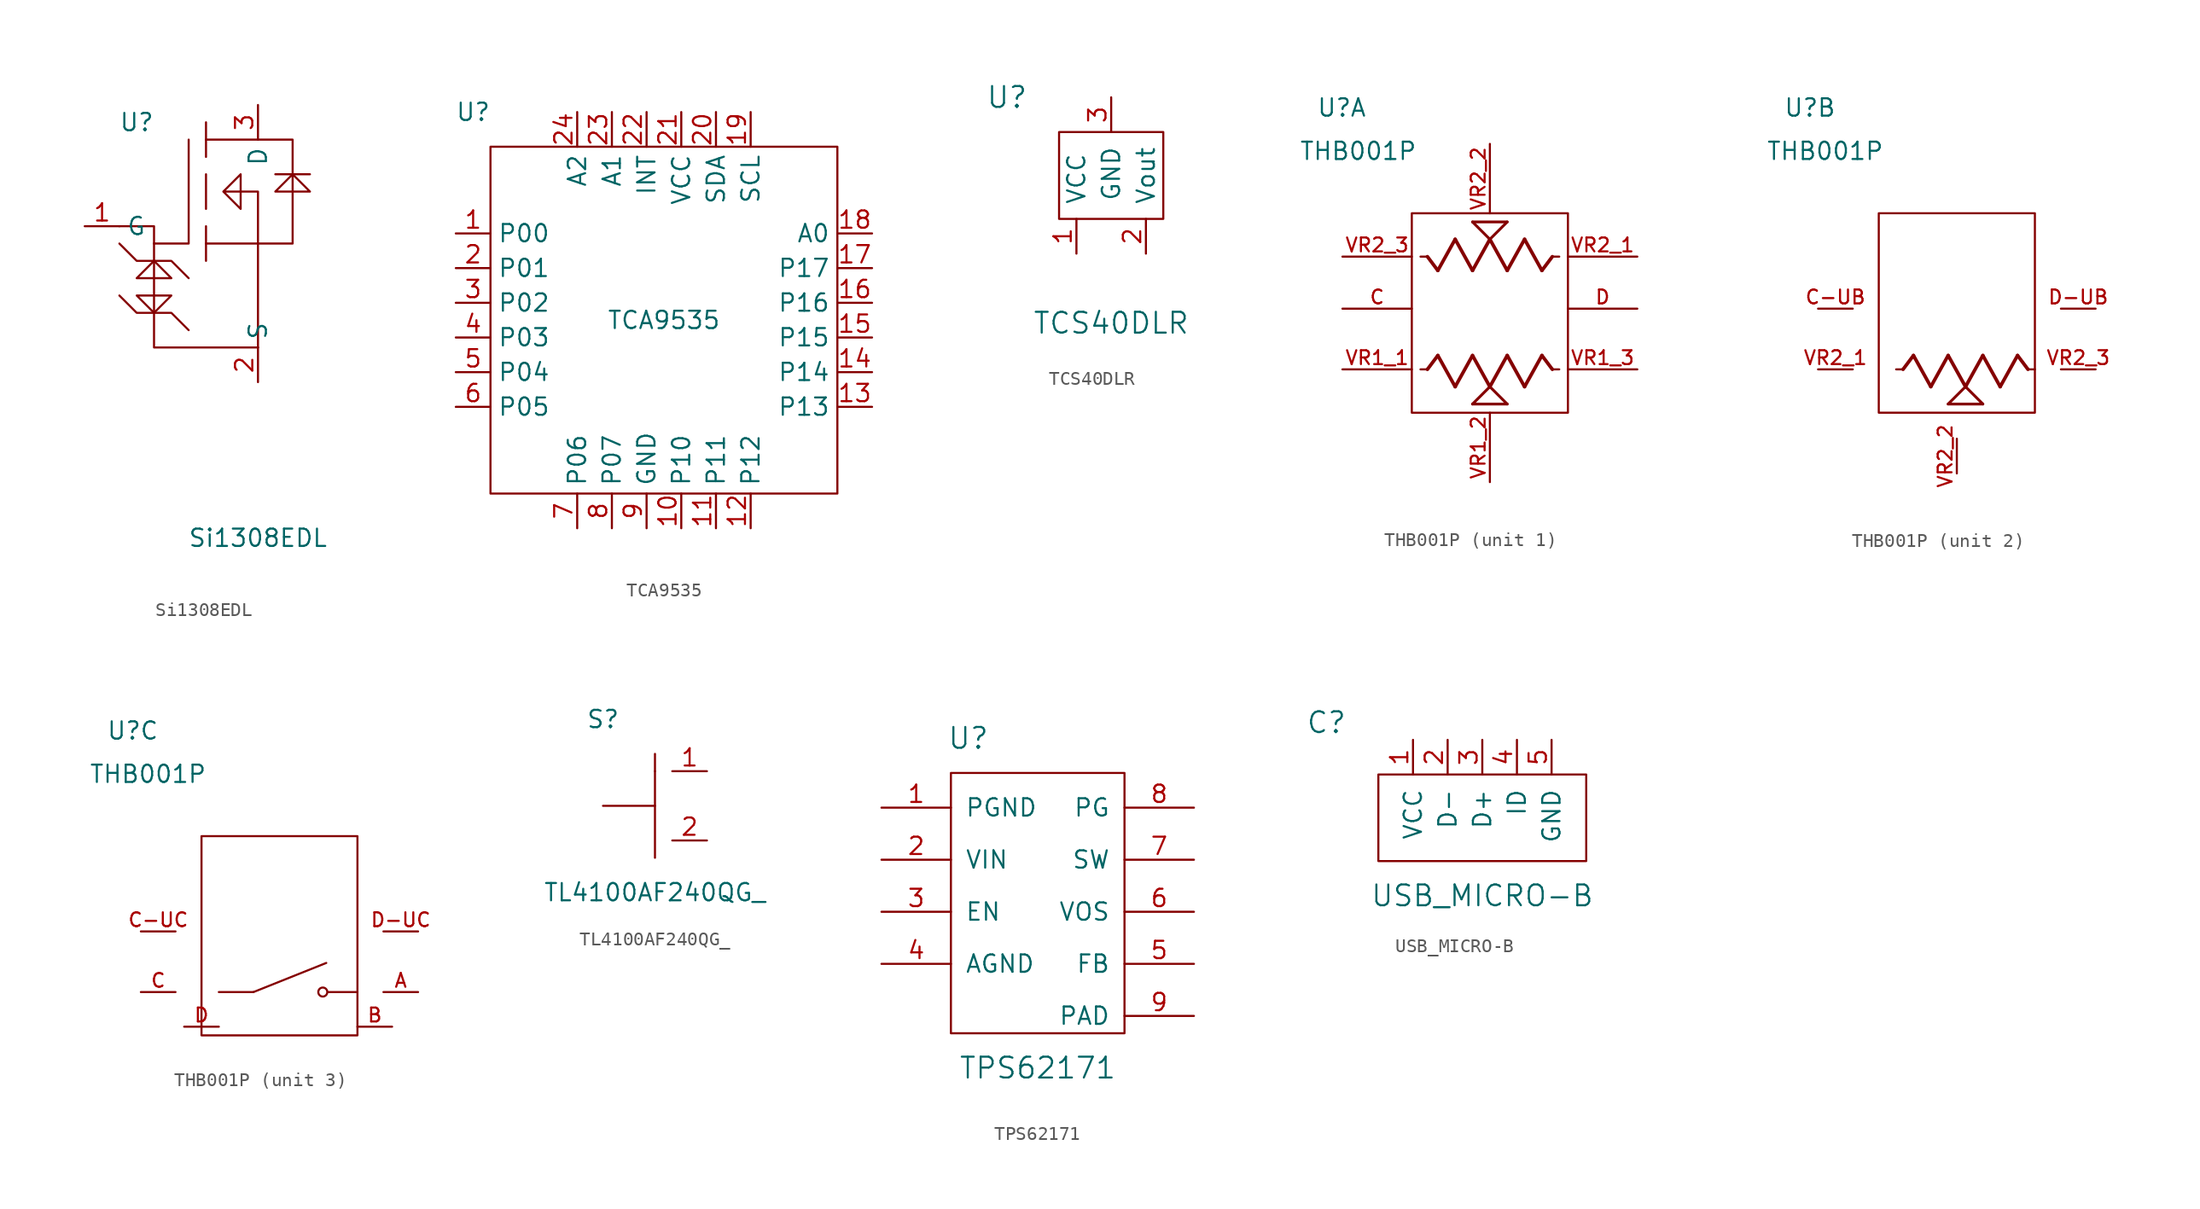
<source format=kicad_sym>
(kicad_symbol_lib
  (version 20231120)
  (generator "kicad_symbol_editor")
  (generator_version "8.0")
  (symbol "Si1308EDL"
    (property "Reference" "U"
      (at -8.89 7.62 0)
      (effects (font (size 1.27 1.27))))
    (property "Value" "Si1308EDL"
      (at 0 -22.86 0)
      (effects (font (size 1.27 1.27))))
    (symbol "Si1308EDL_0_1"
      (polyline (pts (xy -7.62 -1.27) (xy -7.62 -2.54)) (stroke (width 0) (type default)) (fill (type none)))
      (polyline (pts (xy -3.81 -1.27) (xy 0 -1.27)) (stroke (width 0) (type default)) (fill (type none)))
      (polyline (pts (xy -3.81 0) (xy -3.81 -2.54)) (stroke (width 0) (type default)) (fill (type none)))
      (polyline (pts (xy -3.81 3.81) (xy -3.81 1.27)) (stroke (width 0) (type default)) (fill (type none)))
      (polyline (pts (xy -3.81 7.62) (xy -3.81 5.08)) (stroke (width 0) (type default)) (fill (type none)))
      (polyline (pts (xy 1.27 3.81) (xy 3.81 3.81)) (stroke (width 0) (type default)) (fill (type none)))
      (polyline (pts (xy -7.62 -2.54) (xy -7.62 -8.89) (xy 0 -8.89)) (stroke (width 0) (type default)) (fill (type none)))
      (polyline (pts (xy -7.62 -1.27) (xy -7.62 0) (xy -10.16 0)) (stroke (width 0) (type default)) (fill (type none)))
      (polyline (pts (xy -7.62 -1.27) (xy -5.08 -1.27) (xy -5.08 6.35)) (stroke (width 0) (type default)) (fill (type none)))
      (polyline (pts (xy 2.54 3.81) (xy 2.54 6.35) (xy -3.81 6.35)) (stroke (width 0) (type default)) (fill (type none)))
      (polyline (pts (xy -10.16 -5.08) (xy -8.89 -6.35) (xy -6.35 -6.35) (xy -5.08 -7.62)) (stroke (width 0) (type default)) (fill (type none)))
      (polyline (pts (xy -10.16 -1.27) (xy -8.89 -2.54) (xy -6.35 -2.54) (xy -5.08 -3.81)) (stroke (width 0) (type default)) (fill (type none)))
      (polyline (pts (xy -8.89 -5.08) (xy -6.35 -5.08) (xy -7.62 -6.35) (xy -8.89 -5.08)) (stroke (width 0) (type default)) (fill (type none)))
      (polyline (pts (xy -7.62 -2.54) (xy -8.89 -3.81) (xy -6.35 -3.81) (xy -7.62 -2.54)) (stroke (width 0) (type default)) (fill (type none)))
      (polyline (pts (xy 0 -8.89) (xy 0 2.54) (xy -2.54 2.54) (xy -1.27 3.81) (xy -1.27 1.27) (xy -2.54 2.54)) (stroke (width 0) (type default)) (fill (type none)))
      (polyline (pts (xy 0 -1.27) (xy 2.54 -1.27) (xy 2.54 3.81) (xy 1.27 2.54) (xy 3.81 2.54) (xy 2.54 3.81)) (stroke (width 0) (type default)) (fill (type none))))
    (symbol "Si1308EDL_1_1"
      (pin input line (at -12.7 0 0) (length 2.54) (name "G" (effects (font (size 1.27 1.27)))) (number "1" (effects (font (size 1.27 1.27)))))
      (pin input line (at 0 -11.43 90) (length 2.54) (name "S" (effects (font (size 1.27 1.27)))) (number "2" (effects (font (size 1.27 1.27)))))
      (pin input line (at 0 8.89 270) (length 2.54) (name "D" (effects (font (size 1.27 1.27)))) (number "3" (effects (font (size 1.27 1.27)))))))
  (symbol "TCA9535"
    (property "Reference" "U"
      (at -13.97 15.24 0)
      (effects (font (size 1.27 1.27))))
    (property "Value" "TCA9535"
      (at 0 0 0)
      (effects (font (size 1.27 1.27))))
    (symbol "TCA9535_0_1"
      (rectangle (start -12.7 12.7) (end 12.7 -12.7) (stroke (width 0) (type default)) (fill (type none))))
    (symbol "TCA9535_1_1"
      (pin input line (at -15.24 6.35 0) (length 2.54) (name "P00" (effects (font (size 1.27 1.27)))) (number "1" (effects (font (size 1.27 1.27)))))
      (pin input line (at 1.27 -15.24 90) (length 2.54) (name "P10" (effects (font (size 1.27 1.27)))) (number "10" (effects (font (size 1.27 1.27)))))
      (pin input line (at 3.81 -15.24 90) (length 2.54) (name "P11" (effects (font (size 1.27 1.27)))) (number "11" (effects (font (size 1.27 1.27)))))
      (pin input line (at 6.35 -15.24 90) (length 2.54) (name "P12" (effects (font (size 1.27 1.27)))) (number "12" (effects (font (size 1.27 1.27)))))
      (pin input line (at 15.24 -6.35 180) (length 2.54) (name "P13" (effects (font (size 1.27 1.27)))) (number "13" (effects (font (size 1.27 1.27)))))
      (pin input line (at 15.24 -3.81 180) (length 2.54) (name "P14" (effects (font (size 1.27 1.27)))) (number "14" (effects (font (size 1.27 1.27)))))
      (pin input line (at 15.24 -1.27 180) (length 2.54) (name "P15" (effects (font (size 1.27 1.27)))) (number "15" (effects (font (size 1.27 1.27)))))
      (pin input line (at 15.24 1.27 180) (length 2.54) (name "P16" (effects (font (size 1.27 1.27)))) (number "16" (effects (font (size 1.27 1.27)))))
      (pin input line (at 15.24 3.81 180) (length 2.54) (name "P17" (effects (font (size 1.27 1.27)))) (number "17" (effects (font (size 1.27 1.27)))))
      (pin input line (at 15.24 6.35 180) (length 2.54) (name "A0" (effects (font (size 1.27 1.27)))) (number "18" (effects (font (size 1.27 1.27)))))
      (pin input line (at 6.35 15.24 270) (length 2.54) (name "SCL" (effects (font (size 1.27 1.27)))) (number "19" (effects (font (size 1.27 1.27)))))
      (pin input line (at -15.24 3.81 0) (length 2.54) (name "P01" (effects (font (size 1.27 1.27)))) (number "2" (effects (font (size 1.27 1.27)))))
      (pin input line (at 3.81 15.24 270) (length 2.54) (name "SDA" (effects (font (size 1.27 1.27)))) (number "20" (effects (font (size 1.27 1.27)))))
      (pin input line (at 1.27 15.24 270) (length 2.54) (name "VCC" (effects (font (size 1.27 1.27)))) (number "21" (effects (font (size 1.27 1.27)))))
      (pin output line (at -1.27 15.24 270) (length 2.54) (name "INT" (effects (font (size 1.27 1.27)))) (number "22" (effects (font (size 1.27 1.27)))))
      (pin input line (at -3.81 15.24 270) (length 2.54) (name "A1" (effects (font (size 1.27 1.27)))) (number "23" (effects (font (size 1.27 1.27)))))
      (pin input line (at -6.35 15.24 270) (length 2.54) (name "A2" (effects (font (size 1.27 1.27)))) (number "24" (effects (font (size 1.27 1.27)))))
      (pin input line (at -15.24 1.27 0) (length 2.54) (name "P02" (effects (font (size 1.27 1.27)))) (number "3" (effects (font (size 1.27 1.27)))))
      (pin input line (at -15.24 -1.27 0) (length 2.54) (name "P03" (effects (font (size 1.27 1.27)))) (number "4" (effects (font (size 1.27 1.27)))))
      (pin input line (at -15.24 -3.81 0) (length 2.54) (name "P04" (effects (font (size 1.27 1.27)))) (number "5" (effects (font (size 1.27 1.27)))))
      (pin input line (at -15.24 -6.35 0) (length 2.54) (name "P05" (effects (font (size 1.27 1.27)))) (number "6" (effects (font (size 1.27 1.27)))))
      (pin input line (at -6.35 -15.24 90) (length 2.54) (name "P06" (effects (font (size 1.27 1.27)))) (number "7" (effects (font (size 1.27 1.27)))))
      (pin input line (at -3.81 -15.24 90) (length 2.54) (name "P07" (effects (font (size 1.27 1.27)))) (number "8" (effects (font (size 1.27 1.27)))))
      (pin input line (at -1.27 -15.24 90) (length 2.54) (name "GND" (effects (font (size 1.27 1.27)))) (number "9" (effects (font (size 1.27 1.27)))))))
  (symbol "TCS40DLR"
    (pin_names
      (offset 1.016))
    (property "Reference" "U"
      (at -7.62 6.35 0)
      (effects (font (size 1.524 1.524))))
    (property "Value" "TCS40DLR"
      (at 0 -10.16 0)
      (effects (font (size 1.524 1.524))))
    (symbol "TCS40DLR_0_1"
      (rectangle (start -3.81 3.81) (end 3.81 -2.54) (stroke (width 0) (type default)) (fill (type none))))
    (symbol "TCS40DLR_1_1"
      (pin input line (at -2.54 -5.08 90) (length 2.54) (name "VCC" (effects (font (size 1.27 1.27)))) (number "1" (effects (font (size 1.27 1.27)))))
      (pin input line (at 2.54 -5.08 90) (length 2.54) (name "Vout" (effects (font (size 1.27 1.27)))) (number "2" (effects (font (size 1.27 1.27)))))
      (pin input line (at 0 6.35 270) (length 2.54) (name "GND" (effects (font (size 1.27 1.27)))) (number "3" (effects (font (size 1.27 1.27)))))))
  (symbol "THB001P"
    (pin_names
      (offset 1.016))
    (property "Reference" "U"
      (at -13.335 18.415 0)
      (effects (font (size 1.27 1.27)) (justify left bottom)))
    (property "Value" "THB001P"
      (at -14.605 15.24 0)
      (effects (font (size 1.27 1.27)) (justify left bottom)))
    (symbol "THB001P_0_1"
      (rectangle (start -6.35 11.43) (end 5.08 -3.175) (stroke (width 0) (type default)) (fill (type none))))
    (symbol "THB001P_1_0"
      (polyline (pts (xy -5.715 0) (xy -5.207 0)) (stroke (width 0.152) (type default)) (fill (type none)))
      (polyline (pts (xy -5.207 0) (xy -4.445 1.016)) (stroke (width 0.254) (type default)) (fill (type none)))
      (polyline (pts (xy -5.207 8.255) (xy -5.715 8.255)) (stroke (width 0.152) (type default)) (fill (type none)))
      (polyline (pts (xy -4.445 1.016) (xy -3.175 -1.27)) (stroke (width 0.254) (type default)) (fill (type none)))
      (polyline (pts (xy -4.445 7.239) (xy -5.207 8.255)) (stroke (width 0.254) (type default)) (fill (type none)))
      (polyline (pts (xy -3.175 -1.27) (xy -1.905 1.016)) (stroke (width 0.254) (type default)) (fill (type none)))
      (polyline (pts (xy -3.175 9.525) (xy -4.445 7.239)) (stroke (width 0.254) (type default)) (fill (type none)))
      (polyline (pts (xy -1.905 -2.54) (xy -0.635 -1.27)) (stroke (width 0.203) (type default)) (fill (type none)))
      (polyline (pts (xy -1.905 1.016) (xy -0.635 -1.27)) (stroke (width 0.254) (type default)) (fill (type none)))
      (polyline (pts (xy -1.905 7.239) (xy -3.175 9.525)) (stroke (width 0.254) (type default)) (fill (type none)))
      (polyline (pts (xy -1.905 10.795) (xy 0.635 10.795)) (stroke (width 0.203) (type default)) (fill (type none)))
      (polyline (pts (xy -0.635 -1.27) (xy 0.635 -2.54)) (stroke (width 0.203) (type default)) (fill (type none)))
      (polyline (pts (xy -0.635 -1.27) (xy 0.635 1.016)) (stroke (width 0.254) (type default)) (fill (type none)))
      (polyline (pts (xy -0.635 9.525) (xy -1.905 7.239)) (stroke (width 0.254) (type default)) (fill (type none)))
      (polyline (pts (xy -0.635 9.525) (xy -1.905 10.795)) (stroke (width 0.203) (type default)) (fill (type none)))
      (polyline (pts (xy 0.635 -2.54) (xy -1.905 -2.54)) (stroke (width 0.203) (type default)) (fill (type none)))
      (polyline (pts (xy 0.635 1.016) (xy 1.905 -1.27)) (stroke (width 0.254) (type default)) (fill (type none)))
      (polyline (pts (xy 0.635 7.239) (xy -0.635 9.525)) (stroke (width 0.254) (type default)) (fill (type none)))
      (polyline (pts (xy 0.635 10.795) (xy -0.635 9.525)) (stroke (width 0.203) (type default)) (fill (type none)))
      (polyline (pts (xy 1.905 -1.27) (xy 3.175 1.016)) (stroke (width 0.254) (type default)) (fill (type none)))
      (polyline (pts (xy 1.905 9.525) (xy 0.635 7.239)) (stroke (width 0.254) (type default)) (fill (type none)))
      (polyline (pts (xy 3.175 1.016) (xy 3.937 0)) (stroke (width 0.254) (type default)) (fill (type none)))
      (polyline (pts (xy 3.175 7.239) (xy 1.905 9.525)) (stroke (width 0.254) (type default)) (fill (type none)))
      (polyline (pts (xy 3.937 0) (xy 4.445 0)) (stroke (width 0.152) (type default)) (fill (type none)))
      (polyline (pts (xy 3.937 8.255) (xy 3.175 7.239)) (stroke (width 0.254) (type default)) (fill (type none)))
      (polyline (pts (xy 4.445 8.255) (xy 3.937 8.255)) (stroke (width 0.152) (type default)) (fill (type none)))
      (pin passive line (at -11.43 4.445 0) (length 5.08) (name "" (effects (font (size 1.016 1.016)))) (number "C" (effects (font (size 1.016 1.016)))))
      (pin passive line (at 10.16 4.445 180) (length 5.08) (name "" (effects (font (size 1.016 1.016)))) (number "D" (effects (font (size 1.016 1.016)))))
      (pin passive line (at -11.43 0 0) (length 5.08) (name "~" (effects (font (size 1.016 1.016)))) (number "VR1_1" (effects (font (size 1.016 1.016)))))
      (pin passive line (at -0.635 -8.255 90) (length 5.08) (name "~" (effects (font (size 1.016 1.016)))) (number "VR1_2" (effects (font (size 1.016 1.016)))))
      (pin passive line (at 10.16 0 180) (length 5.08) (name "~" (effects (font (size 1.016 1.016)))) (number "VR1_3" (effects (font (size 1.016 1.016)))))
      (pin passive line (at 10.16 8.255 180) (length 5.08) (name "~" (effects (font (size 1.016 1.016)))) (number "VR2_1" (effects (font (size 1.016 1.016)))))
      (pin passive line (at -0.635 16.51 270) (length 5.08) (name "~" (effects (font (size 1.016 1.016)))) (number "VR2_2" (effects (font (size 1.016 1.016)))))
      (pin passive line (at -11.43 8.255 0) (length 5.08) (name "~" (effects (font (size 1.016 1.016)))) (number "VR2_3" (effects (font (size 1.016 1.016))))))
    (symbol "THB001P_2_0"
      (polyline (pts (xy -5.08 0) (xy -4.572 0)) (stroke (width 0.152) (type default)) (fill (type none)))
      (polyline (pts (xy -4.572 0) (xy -3.81 1.016)) (stroke (width 0.254) (type default)) (fill (type none)))
      (polyline (pts (xy -3.81 1.016) (xy -2.54 -1.27)) (stroke (width 0.254) (type default)) (fill (type none)))
      (polyline (pts (xy -2.54 -1.27) (xy -1.27 1.016)) (stroke (width 0.254) (type default)) (fill (type none)))
      (polyline (pts (xy -1.27 -2.54) (xy 0 -1.27)) (stroke (width 0.203) (type default)) (fill (type none)))
      (polyline (pts (xy -1.27 1.016) (xy 0 -1.27)) (stroke (width 0.254) (type default)) (fill (type none)))
      (polyline (pts (xy 0 -1.27) (xy 1.27 -2.54)) (stroke (width 0.203) (type default)) (fill (type none)))
      (polyline (pts (xy 0 -1.27) (xy 1.27 1.016)) (stroke (width 0.254) (type default)) (fill (type none)))
      (polyline (pts (xy 1.27 -2.54) (xy -1.27 -2.54)) (stroke (width 0.203) (type default)) (fill (type none)))
      (polyline (pts (xy 1.27 1.016) (xy 2.54 -1.27)) (stroke (width 0.254) (type default)) (fill (type none)))
      (polyline (pts (xy 2.54 -1.27) (xy 3.81 1.016)) (stroke (width 0.254) (type default)) (fill (type none)))
      (polyline (pts (xy 3.81 1.016) (xy 4.572 0)) (stroke (width 0.254) (type default)) (fill (type none)))
      (polyline (pts (xy 4.572 0) (xy 5.08 0)) (stroke (width 0.152) (type default)) (fill (type none)))
      (pin passive line (at -10.795 4.445 0) (length 2.54) (name "" (effects (font (size 1.016 1.016)))) (number "C-UB" (effects (font (size 1.016 1.016)))))
      (pin passive line (at 9.525 4.445 180) (length 2.54) (name "" (effects (font (size 1.016 1.016)))) (number "D-UB" (effects (font (size 1.016 1.016)))))
      (pin passive line (at -10.795 0 0) (length 2.54) (name "~" (effects (font (size 1.016 1.016)))) (number "VR2_1" (effects (font (size 1.016 1.016)))))
      (pin passive line (at -0.635 -7.62 90) (length 2.54) (name "~" (effects (font (size 1.016 1.016)))) (number "VR2_2" (effects (font (size 1.016 1.016)))))
      (pin passive line (at 9.525 0 180) (length 2.54) (name "~" (effects (font (size 1.016 1.016)))) (number "VR2_3" (effects (font (size 1.016 1.016))))))
    (symbol "THB001P_3_0"
      (polyline (pts (xy -2.54 0) (xy -5.08 0)) (stroke (width 0.152) (type default)) (fill (type none)))
      (polyline (pts (xy -2.54 0) (xy 2.794 2.134)) (stroke (width 0.152) (type default)) (fill (type none)))
      (polyline (pts (xy 5.08 0) (xy 2.921 0)) (stroke (width 0.152) (type default)) (fill (type none)))
      (circle (center 2.54 0) (radius 0.33) (stroke (width 0.152) (type default)) (fill (type none)))
      (pin passive line (at 9.525 0 180) (length 2.54) (name "~" (effects (font (size 1.016 1.016)))) (number "A" (effects (font (size 1.016 1.016)))))
      (pin passive line (at 7.62 -2.54 180) (length 2.54) (name "~" (effects (font (size 1.016 1.016)))) (number "B" (effects (font (size 1.016 1.016)))))
      (pin passive line (at -10.795 0 0) (length 2.54) (name "~" (effects (font (size 1.016 1.016)))) (number "C" (effects (font (size 1.016 1.016)))))
      (pin passive line (at -10.795 4.445 0) (length 2.54) (name "" (effects (font (size 1.016 1.016)))) (number "C-UC" (effects (font (size 1.016 1.016)))))
      (pin passive line (at -7.62 -2.54 0) (length 2.54) (name "~" (effects (font (size 1.016 1.016)))) (number "D" (effects (font (size 1.016 1.016)))))
      (pin passive line (at 9.525 4.445 180) (length 2.54) (name "" (effects (font (size 1.016 1.016)))) (number "D-UC" (effects (font (size 1.016 1.016)))))))
  (symbol "TL4100AF240QG_"
    (property "Reference" "S"
      (at -3.81 7.62 0)
      (effects (font (size 1.27 1.27))))
    (property "Value" "TL4100AF240QG_"
      (at 0 -5.08 0)
      (effects (font (size 1.27 1.27))))
    (symbol "TL4100AF240QG__0_1"
      (polyline (pts (xy 0 1.27) (xy -3.81 1.27)) (stroke (width 0) (type default)) (fill (type none)))
      (polyline (pts (xy 0 3.81) (xy 0 -2.54)) (stroke (width 0) (type default)) (fill (type none)))
      (polyline (pts (xy 0 3.81) (xy 0 5.08)) (stroke (width 0) (type default)) (fill (type none))))
    (symbol "TL4100AF240QG__1_1"
      (pin input line (at 3.81 3.81 180) (length 2.54) (name "" (effects (font (size 1.27 1.27)))) (number "1" (effects (font (size 1.27 1.27)))))
      (pin input line (at 3.81 -1.27 180) (length 2.54) (name "" (effects (font (size 1.27 1.27)))) (number "2" (effects (font (size 1.27 1.27)))))))
  (symbol "TPS62171"
    (pin_names
      (offset 1.016))
    (property "Reference" "U"
      (at -5.08 10.16 0)
      (effects (font (size 1.524 1.524))))
    (property "Value" "TPS62171"
      (at 0 -13.97 0)
      (effects (font (size 1.524 1.524))))
    (symbol "TPS62171_0_1"
      (rectangle (start -6.35 7.62) (end 6.35 -11.43) (stroke (width 0) (type default)) (fill (type none))))
    (symbol "TPS62171_1_1"
      (pin input line (at -11.43 5.08 0) (length 5.08) (name "PGND" (effects (font (size 1.27 1.27)))) (number "1" (effects (font (size 1.27 1.27)))))
      (pin input line (at -11.43 1.27 0) (length 5.08) (name "VIN" (effects (font (size 1.27 1.27)))) (number "2" (effects (font (size 1.27 1.27)))))
      (pin input line (at -11.43 -2.54 0) (length 5.08) (name "EN" (effects (font (size 1.27 1.27)))) (number "3" (effects (font (size 1.27 1.27)))))
      (pin input line (at -11.43 -6.35 0) (length 5.08) (name "AGND" (effects (font (size 1.27 1.27)))) (number "4" (effects (font (size 1.27 1.27)))))
      (pin input line (at 11.43 -6.35 180) (length 5.08) (name "FB" (effects (font (size 1.27 1.27)))) (number "5" (effects (font (size 1.27 1.27)))))
      (pin input line (at 11.43 -2.54 180) (length 5.08) (name "VOS" (effects (font (size 1.27 1.27)))) (number "6" (effects (font (size 1.27 1.27)))))
      (pin input line (at 11.43 1.27 180) (length 5.08) (name "SW" (effects (font (size 1.27 1.27)))) (number "7" (effects (font (size 1.27 1.27)))))
      (pin input line (at 11.43 5.08 180) (length 5.08) (name "PG" (effects (font (size 1.27 1.27)))) (number "8" (effects (font (size 1.27 1.27)))))
      (pin input line (at 11.43 -10.16 180) (length 5.08) (name "PAD" (effects (font (size 1.27 1.27)))) (number "9" (effects (font (size 1.27 1.27)))))))
  (symbol "USB_MICRO-B"
    (pin_names
      (offset 1.016))
    (property "Reference" "C"
      (at -11.43 1.27 0)
      (effects (font (size 1.524 1.524))))
    (property "Value" "USB_MICRO-B"
      (at 0 -11.43 0)
      (effects (font (size 1.524 1.524))))
    (symbol "USB_MICRO-B_0_1"
      (rectangle (start -7.62 -2.54) (end 7.62 -8.89) (stroke (width 0) (type default)) (fill (type none))))
    (symbol "USB_MICRO-B_1_1"
      (pin input line (at -5.08 0 270) (length 2.54) (name "VCC" (effects (font (size 1.27 1.27)))) (number "1" (effects (font (size 1.27 1.27)))))
      (pin input line (at -2.54 0 270) (length 2.54) (name "D-" (effects (font (size 1.27 1.27)))) (number "2" (effects (font (size 1.27 1.27)))))
      (pin input line (at 0 0 270) (length 2.54) (name "D+" (effects (font (size 1.27 1.27)))) (number "3" (effects (font (size 1.27 1.27)))))
      (pin input line (at 2.54 0 270) (length 2.54) (name "ID" (effects (font (size 1.27 1.27)))) (number "4" (effects (font (size 1.27 1.27)))))
      (pin input line (at 5.08 0 270) (length 2.54) (name "GND" (effects (font (size 1.27 1.27)))) (number "5" (effects (font (size 1.27 1.27))))))))
</source>
